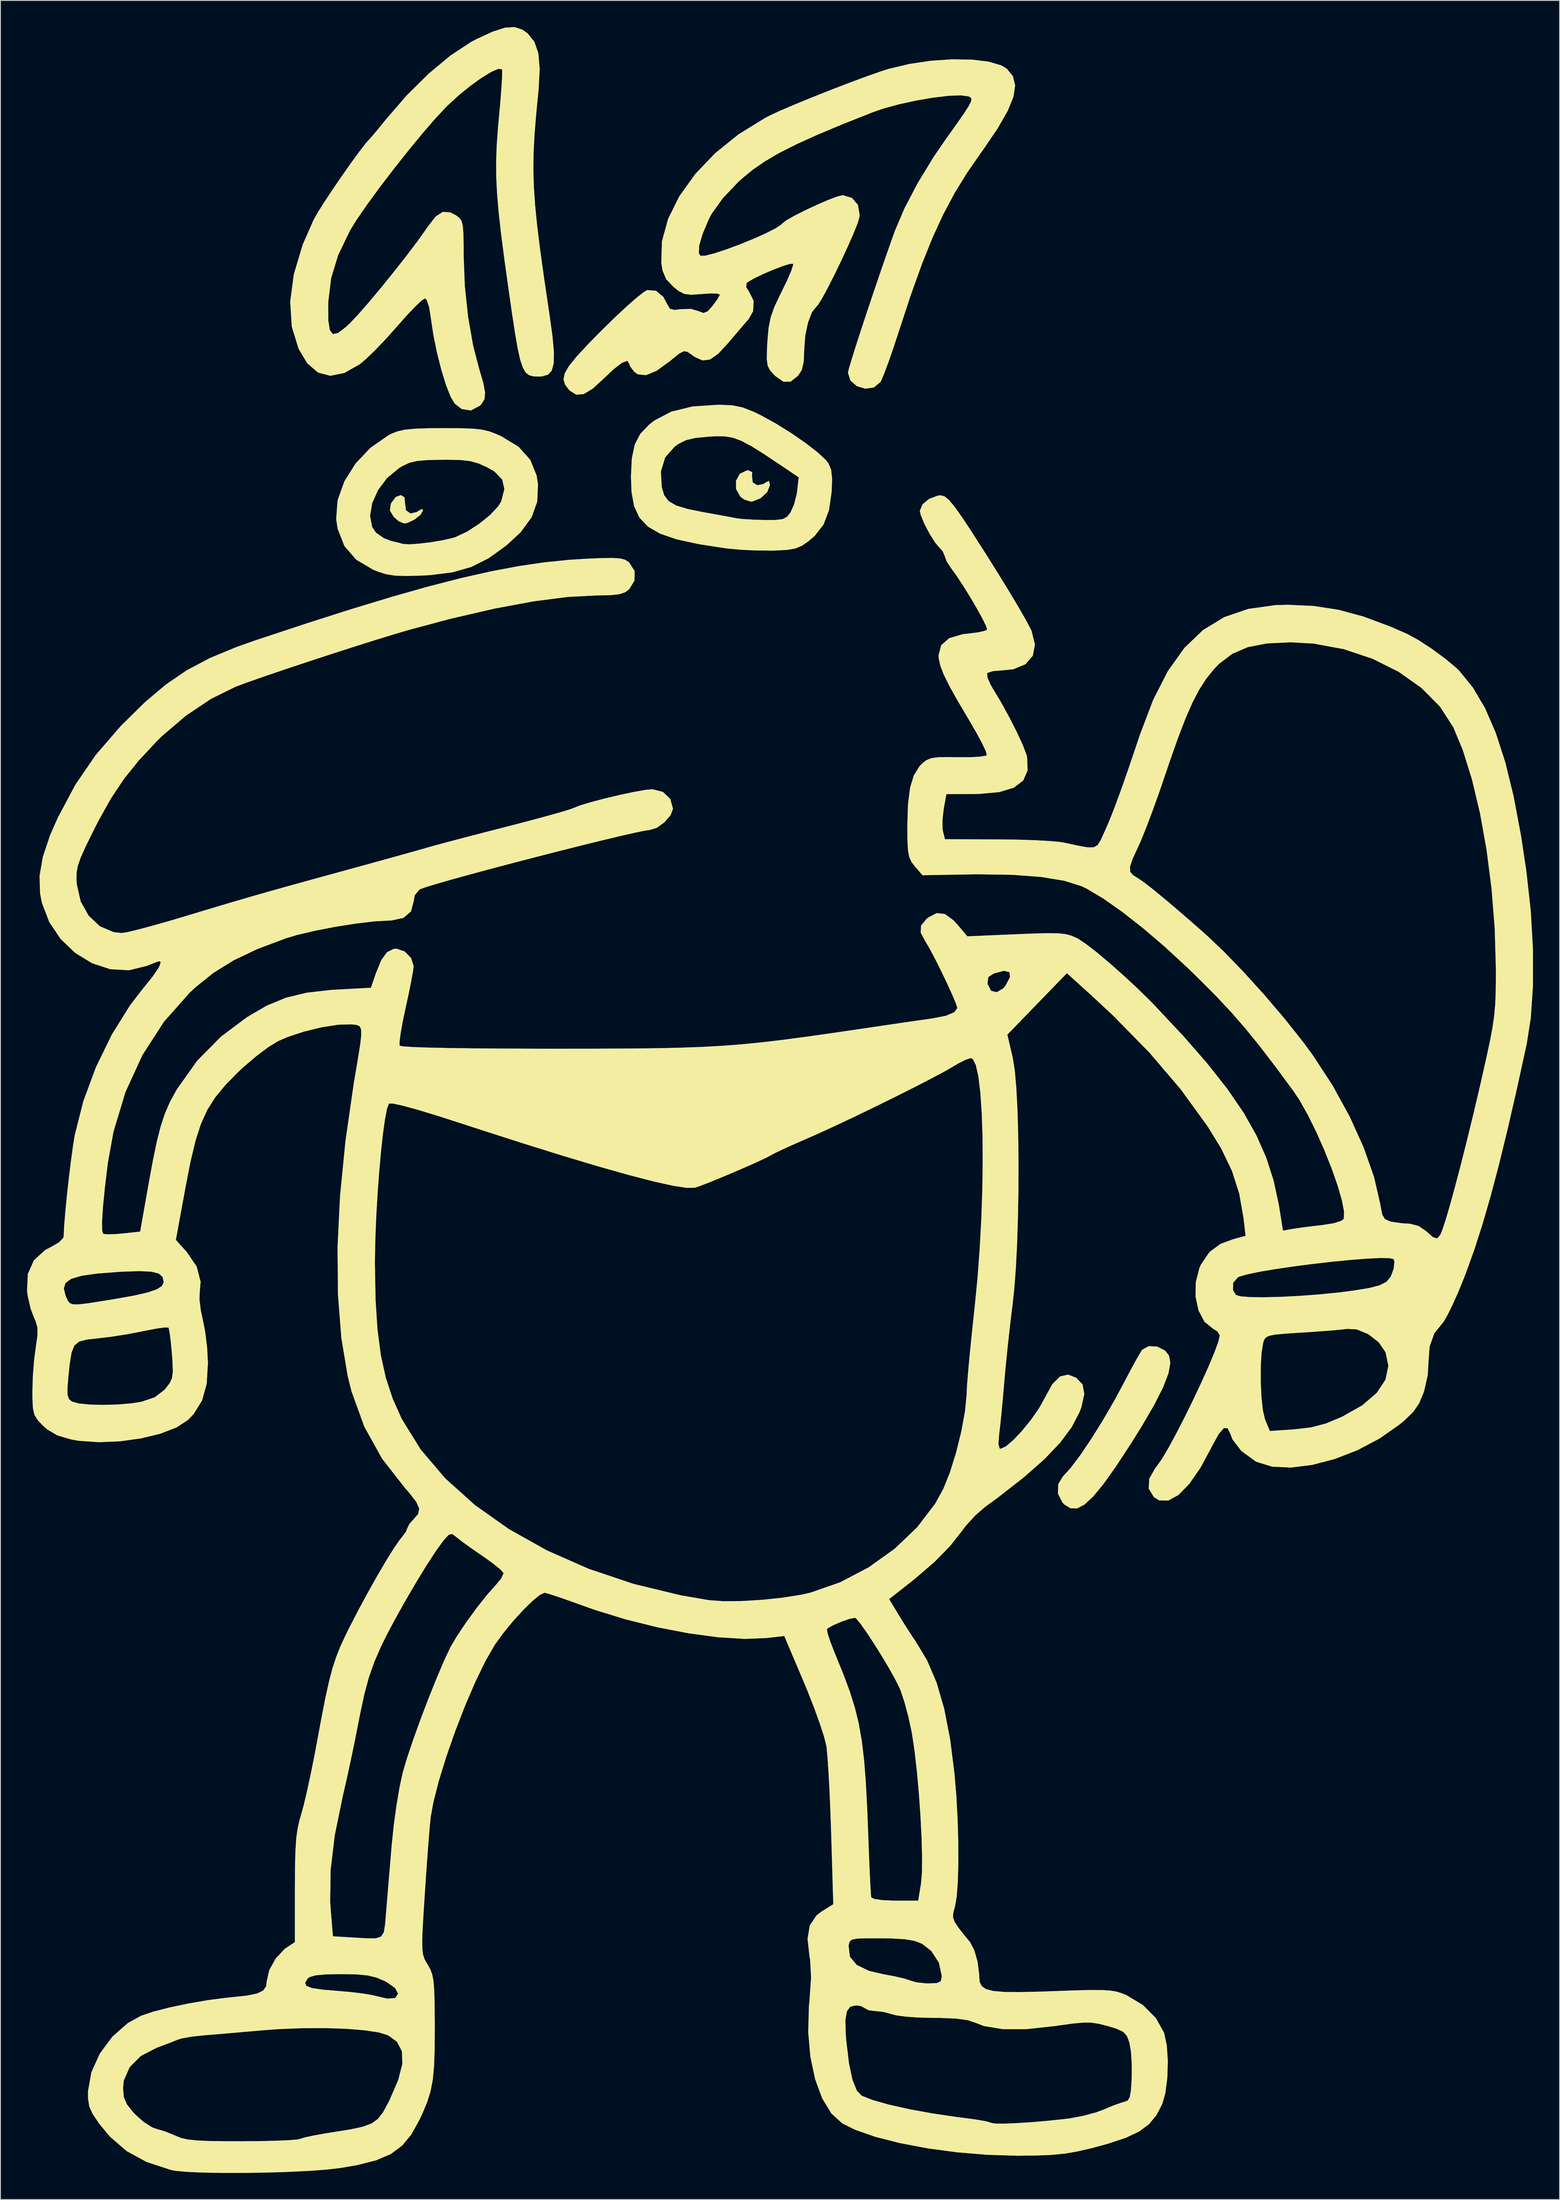
<source format=kicad_pcb>
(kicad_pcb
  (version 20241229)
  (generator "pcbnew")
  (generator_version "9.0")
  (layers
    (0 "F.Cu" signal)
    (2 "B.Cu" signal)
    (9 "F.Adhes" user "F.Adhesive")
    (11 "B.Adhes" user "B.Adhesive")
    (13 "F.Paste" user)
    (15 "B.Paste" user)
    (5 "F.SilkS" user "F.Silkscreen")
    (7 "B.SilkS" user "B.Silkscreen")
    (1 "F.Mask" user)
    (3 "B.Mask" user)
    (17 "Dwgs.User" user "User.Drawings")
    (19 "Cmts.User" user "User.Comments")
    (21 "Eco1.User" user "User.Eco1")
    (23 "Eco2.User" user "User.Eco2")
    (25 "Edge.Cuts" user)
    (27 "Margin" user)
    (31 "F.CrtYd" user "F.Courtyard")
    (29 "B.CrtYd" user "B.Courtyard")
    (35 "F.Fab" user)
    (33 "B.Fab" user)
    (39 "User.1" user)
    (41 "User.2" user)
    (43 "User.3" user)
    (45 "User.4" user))
  (footprint "v8"
    (layer "F.Cu")
    (at 81.749 121.284)
    (property "Reference" "v8" (at 0 0 0) (layer "F.SilkS") (effects (font (size 1.524 1.524) (thickness 0.3))))
    (attr through_hole)
    (fp_poly (pts (xy -39.136 -68.222) (xy -39.071 -67.561) (xy -38.973 -66.761) (xy -38.451 -66.388) (xy -37.718 -66.567) (xy -37.566 -66.679) (xy -37.129 -66.9) (xy -37.042 -66.738) (xy -37.328 -66.242) (xy -38 -65.709) (xy -38.777 -65.333) (xy -39.158 -65.264) (xy -39.78 -65.514) (xy -40.35 -66.015) (xy -40.78 -66.728) (xy -40.678 -67.452) (xy -40.613 -67.603) (xy -40.111 -68.26) (xy -39.55 -68.465) (xy -39.136 -68.222)) (stroke (width 0.01) (type solid)) (fill yes) (layer "F.SilkS"))
    (fp_poly (pts (xy 0.122 -71.06) (xy 0.103 -70.56) (xy 0.189 -69.899) (xy 0.702 -69.581) (xy 1.399 -69.719) (xy 1.592 -69.854) (xy 1.997 -70.078) (xy 2.115 -69.703) (xy 2.117 -69.56) (xy 1.813 -68.794) (xy 1.077 -68.118) (xy 0.17 -67.751) (xy -0.053 -67.733) (xy -0.782 -67.97) (xy -1.21 -68.288) (xy -1.701 -69.154) (xy -1.703 -70.085) (xy -1.283 -70.857) (xy -0.507 -71.248) (xy -0.315 -71.261) (xy 0.122 -71.06)) (stroke (width 0.01) (type solid)) (fill yes) (layer "F.SilkS"))
    (fp_poly (pts (xy 45.838 27.617) (xy 46.715 28.048) (xy 47.177 28.614) (xy 47.33 29.464) (xy 47.114 30.652) (xy 46.51 32.221) (xy 45.499 34.214) (xy 44.064 36.674) (xy 42.857 38.602) (xy 41.177 41.163) (xy 39.774 43.133) (xy 38.604 44.55) (xy 37.623 45.452) (xy 36.788 45.876) (xy 36.055 45.86) (xy 35.38 45.442) (xy 35.156 45.216) (xy 34.65 44.221) (xy 34.675 43.138) (xy 35.19 42.286) (xy 36.068 41.324) (xy 37.175 39.852) (xy 38.43 37.993) (xy 39.753 35.872) (xy 41.063 33.611) (xy 42.148 31.59) (xy 42.88 30.2) (xy 43.528 29.017) (xy 44.003 28.204) (xy 44.172 27.956) (xy 44.897 27.566) (xy 45.838 27.617)) (stroke (width 0.01) (type solid)) (fill yes) (layer "F.SilkS"))
    (fp_poly (pts (xy -32.814 -76.012) (xy -31.415 -75.963) (xy -30.381 -75.851) (xy -29.542 -75.652) (xy -28.729 -75.344) (xy -28.184 -75.096) (xy -26.242 -73.91) (xy -24.93 -72.446) (xy -24.209 -70.654) (xy -24.062 -69.67) (xy -24.148 -67.727) (xy -24.782 -65.962) (xy -26.016 -64.275) (xy -27.644 -62.773) (xy -29.628 -61.344) (xy -31.581 -60.362) (xy -33.717 -59.752) (xy -36.247 -59.437) (xy -37.218 -59.385) (xy -38.952 -59.338) (xy -40.203 -59.38) (xy -41.193 -59.536) (xy -42.14 -59.836) (xy -42.671 -60.049) (xy -44.578 -61.175) (xy -45.915 -62.718) (xy -46.68 -64.673) (xy -46.844 -65.776) (xy -46.818 -66.12) (xy -43.02 -66.12) (xy -42.788 -64.873) (xy -42.342 -64.215) (xy -41.449 -63.599) (xy -40.667 -63.302) (xy -39.824 -63.101) (xy -39.335 -62.964) (xy -38.663 -62.91) (xy -37.532 -62.98) (xy -36.169 -63.144) (xy -34.804 -63.374) (xy -33.665 -63.639) (xy -33.371 -63.731) (xy -32.068 -64.341) (xy -30.698 -65.228) (xy -29.455 -66.237) (xy -28.538 -67.216) (xy -28.214 -67.754) (xy -27.855 -69.132) (xy -28.095 -70.222) (xy -28.975 -71.125) (xy -29.81 -71.609) (xy -30.766 -72.036) (xy -31.678 -72.295) (xy -32.771 -72.424) (xy -34.265 -72.458) (xy -34.939 -72.454) (xy -36.583 -72.418) (xy -37.724 -72.319) (xy -38.565 -72.118) (xy -39.308 -71.774) (xy -39.77 -71.497) (xy -41.105 -70.389) (xy -42.126 -69.025) (xy -42.782 -67.553) (xy -43.02 -66.12) (xy -46.818 -66.12) (xy -46.685 -67.871) (xy -45.929 -69.998) (xy -44.663 -72.021) (xy -42.976 -73.803) (xy -40.956 -75.209) (xy -40.621 -75.384) (xy -39.924 -75.663) (xy -39.065 -75.85) (xy -37.897 -75.962) (xy -36.275 -76.014) (xy -34.749 -76.024) (xy -32.814 -76.012)) (stroke (width 0.01) (type solid)) (fill yes) (layer "F.SilkS"))
    (fp_poly (pts (xy -3.599 -78.663) (xy -2.15 -78.598) (xy -0.955 -78.357) (xy 0.319 -77.854) (xy 1.13 -77.458) (xy 2.809 -76.534) (xy 4.527 -75.465) (xy 6.135 -74.356) (xy 7.486 -73.311) (xy 8.433 -72.434) (xy 8.713 -72.086) (xy 9.03 -71.347) (xy 9.147 -70.298) (xy 9.096 -68.868) (xy 8.794 -66.762) (xy 8.181 -65.15) (xy 7.175 -63.858) (xy 6.466 -63.254) (xy 5.723 -62.746) (xy 4.988 -62.441) (xy 4.039 -62.282) (xy 2.652 -62.213) (xy 2.321 -62.205) (xy 0.568 -62.218) (xy -1.282 -62.308) (xy -2.822 -62.456) (xy -5.919 -62.934) (xy -8.379 -63.469) (xy -10.269 -64.114) (xy -11.659 -64.919) (xy -12.615 -65.935) (xy -13.205 -67.215) (xy -13.499 -68.809) (xy -13.566 -70.556) (xy -13.538 -71.124) (xy -10.186 -71.124) (xy -10.087 -69.369) (xy -9.814 -68.458) (xy -9.312 -67.79) (xy -8.459 -67.293) (xy -7.132 -66.89) (xy -5.468 -66.555) (xy -3.972 -66.285) (xy -2.679 -66.048) (xy -1.792 -65.882) (xy -1.587 -65.842) (xy -0.879 -65.762) (xy 0.274 -65.695) (xy 1.491 -65.658) (xy 2.784 -65.66) (xy 3.571 -65.76) (xy 4.054 -66.015) (xy 4.431 -66.482) (xy 4.445 -66.504) (xy 4.857 -67.429) (xy 5.157 -68.622) (xy 5.2 -68.932) (xy 5.374 -70.473) (xy 3.304 -71.868) (xy 1.438 -73.112) (xy 0.014 -74.002) (xy -1.103 -74.593) (xy -2.049 -74.939) (xy -2.957 -75.092) (xy -3.964 -75.106) (xy -4.766 -75.064) (xy -6.291 -74.918) (xy -7.356 -74.667) (xy -8.208 -74.242) (xy -8.612 -73.954) (xy -9.706 -72.712) (xy -10.186 -71.124) (xy -13.538 -71.124) (xy -13.464 -72.625) (xy -13.133 -74.18) (xy -12.501 -75.391) (xy -11.494 -76.433) (xy -10.906 -76.887) (xy -9.01 -77.882) (xy -6.609 -78.47) (xy -3.662 -78.663) (xy -3.599 -78.663)) (stroke (width 0.01) (type solid)) (fill yes) (layer "F.SilkS"))
    (fp_poly (pts (xy -25.806 -120.979) (xy -25.225 -120.562) (xy -24.47 -119.626) (xy -24.025 -118.331) (xy -23.87 -116.581) (xy -23.989 -114.279) (xy -24.015 -114.013) (xy -24.263 -111.486) (xy -24.444 -109.264) (xy -24.553 -107.238) (xy -24.584 -105.299) (xy -24.533 -103.338) (xy -24.393 -101.244) (xy -24.16 -98.909) (xy -23.827 -96.222) (xy -23.389 -93.075) (xy -22.841 -89.357) (xy -22.751 -88.754) (xy -22.422 -86.367) (xy -22.263 -84.586) (xy -22.288 -83.327) (xy -22.513 -82.508) (xy -22.952 -82.047) (xy -23.62 -81.861) (xy -23.992 -81.844) (xy -24.586 -81.87) (xy -25.063 -81.998) (xy -25.453 -82.305) (xy -25.781 -82.871) (xy -26.076 -83.771) (xy -26.365 -85.083) (xy -26.674 -86.886) (xy -27.032 -89.255) (xy -27.326 -91.298) (xy -27.823 -94.847) (xy -28.21 -97.815) (xy -28.492 -100.318) (xy -28.677 -102.471) (xy -28.772 -104.39) (xy -28.782 -106.189) (xy -28.715 -107.985) (xy -28.577 -109.893) (xy -28.464 -111.125) (xy -28.298 -112.957) (xy -28.178 -114.536) (xy -28.11 -115.732) (xy -28.103 -116.412) (xy -28.121 -116.511) (xy -28.52 -116.569) (xy -29.324 -116.227) (xy -30.418 -115.563) (xy -31.687 -114.652) (xy -33.016 -113.572) (xy -34.291 -112.401) (xy -34.403 -112.291) (xy -35.632 -110.979) (xy -37.108 -109.275) (xy -38.725 -107.31) (xy -40.383 -105.218) (xy -41.975 -103.132) (xy -43.401 -101.183) (xy -44.555 -99.505) (xy -45.29 -98.312) (xy -46.621 -95.549) (xy -47.416 -92.939) (xy -47.739 -90.264) (xy -47.75 -89.889) (xy -47.731 -88.156) (xy -47.567 -87.084) (xy -47.21 -86.633) (xy -46.615 -86.767) (xy -45.735 -87.446) (xy -45.296 -87.858) (xy -44.369 -88.836) (xy -43.142 -90.24) (xy -41.735 -91.923) (xy -40.264 -93.742) (xy -38.845 -95.551) (xy -37.597 -97.204) (xy -36.636 -98.557) (xy -36.51 -98.745) (xy -35.616 -99.898) (xy -34.805 -100.424) (xy -33.961 -100.369) (xy -33.32 -100.034) (xy -32.945 -99.753) (xy -32.697 -99.405) (xy -32.551 -98.851) (xy -32.48 -97.951) (xy -32.456 -96.564) (xy -32.454 -95.506) (xy -32.323 -92.058) (xy -31.953 -88.576) (xy -31.379 -85.307) (xy -30.685 -82.653) (xy -30.224 -81.084) (xy -30.033 -80.011) (xy -30.109 -79.277) (xy -30.45 -78.726) (xy -30.631 -78.548) (xy -31.638 -78.018) (xy -32.673 -78.181) (xy -33.457 -78.786) (xy -33.922 -79.56) (xy -34.438 -80.875) (xy -34.963 -82.574) (xy -35.452 -84.5) (xy -35.862 -86.494) (xy -36.148 -88.401) (xy -36.155 -88.459) (xy -36.364 -89.731) (xy -36.628 -90.494) (xy -36.829 -90.664) (xy -37.213 -90.41) (xy -37.942 -89.719) (xy -38.911 -88.698) (xy -39.998 -87.471) (xy -41.23 -86.091) (xy -42.455 -84.811) (xy -43.519 -83.787) (xy -44.167 -83.245) (xy -45.926 -82.248) (xy -47.506 -81.933) (xy -48.902 -82.299) (xy -50.111 -83.344) (xy -51.079 -84.956) (xy -51.855 -87.469) (xy -52.035 -90.299) (xy -51.623 -93.397) (xy -50.627 -96.714) (xy -49.405 -99.506) (xy -48.93 -100.344) (xy -48.173 -101.544) (xy -47.23 -102.969) (xy -46.196 -104.482) (xy -45.167 -105.945) (xy -44.236 -107.221) (xy -43.5 -108.174) (xy -43.064 -108.656) (xy -42.753 -109.002) (xy -42.134 -109.743) (xy -41.34 -110.724) (xy -41.301 -110.772) (xy -38.892 -113.558) (xy -36.396 -116.027) (xy -33.927 -118.078) (xy -31.599 -119.609) (xy -31.046 -119.901) (xy -29.198 -120.754) (xy -27.794 -121.209) (xy -26.706 -121.279) (xy -25.806 -120.979)) (stroke (width 0.01) (type solid)) (fill yes) (layer "F.SilkS"))
    (fp_poly (pts (xy 24.912 -117.607) (xy 26.805 -117.379) (xy 28.245 -116.956) (xy 28.879 -116.573) (xy 29.555 -115.737) (xy 29.808 -114.706) (xy 29.622 -113.425) (xy 28.979 -111.837) (xy 27.861 -109.886) (xy 26.252 -107.515) (xy 25.929 -107.068) (xy 24.363 -104.805) (xy 22.967 -102.534) (xy 21.69 -100.14) (xy 20.479 -97.51) (xy 19.282 -94.532) (xy 18.047 -91.092) (xy 16.723 -87.078) (xy 16.685 -86.96) (xy 16.087 -85.139) (xy 15.52 -83.506) (xy 15.035 -82.205) (xy 14.686 -81.381) (xy 14.602 -81.227) (xy 13.858 -80.612) (xy 12.895 -80.477) (xy 11.938 -80.76) (xy 11.211 -81.396) (xy 10.936 -82.279) (xy 11.046 -82.755) (xy 11.354 -83.792) (xy 11.823 -85.284) (xy 12.419 -87.123) (xy 13.106 -89.205) (xy 13.851 -91.423) (xy 14.617 -93.671) (xy 15.369 -95.844) (xy 16.073 -97.835) (xy 16.222 -98.249) (xy 17.311 -100.815) (xy 18.804 -103.663) (xy 20.588 -106.592) (xy 21.878 -108.479) (xy 23.12 -110.22) (xy 23.995 -111.475) (xy 24.55 -112.33) (xy 24.83 -112.872) (xy 24.881 -113.187) (xy 24.749 -113.361) (xy 24.534 -113.461) (xy 23.662 -113.579) (xy 22.28 -113.522) (xy 20.55 -113.317) (xy 18.639 -112.99) (xy 16.709 -112.57) (xy 14.926 -112.082) (xy 13.758 -111.68) (xy 10.317 -110.312) (xy 7.461 -109.117) (xy 5.104 -108.05) (xy 3.161 -107.066) (xy 1.545 -106.121) (xy 0.171 -105.17) (xy -1.047 -104.168) (xy -1.48 -103.771) (xy -3.194 -101.966) (xy -4.433 -100.245) (xy -4.76 -99.632) (xy -5.48 -97.932) (xy -5.865 -96.61) (xy -5.896 -95.748) (xy -5.721 -95.474) (xy -5.206 -95.478) (xy -4.206 -95.727) (xy -2.875 -96.161) (xy -1.366 -96.719) (xy 0.17 -97.341) (xy 1.578 -97.966) (xy 2.708 -98.536) (xy 3.406 -98.989) (xy 3.528 -99.12) (xy 3.977 -99.471) (xy 4.902 -99.996) (xy 6.123 -100.613) (xy 7.459 -101.236) (xy 8.73 -101.782) (xy 9.756 -102.167) (xy 10.344 -102.306) (xy 11.388 -102.002) (xy 12.064 -101.201) (xy 12.253 -100.064) (xy 12.213 -99.762) (xy 11.985 -99.034) (xy 11.519 -97.881) (xy 10.886 -96.445) (xy 10.152 -94.866) (xy 9.386 -93.287) (xy 8.656 -91.849) (xy 8.03 -90.693) (xy 7.575 -89.962) (xy 7.418 -89.788) (xy 6.878 -89.12) (xy 6.424 -87.942) (xy 6.111 -86.451) (xy 5.997 -84.866) (xy 5.937 -83.486) (xy 5.721 -82.581) (xy 5.295 -81.929) (xy 5.278 -81.911) (xy 4.453 -81.269) (xy 3.66 -81.258) (xy 2.755 -81.885) (xy 2.586 -82.049) (xy 2.134 -82.55) (xy 1.876 -83.059) (xy 1.775 -83.769) (xy 1.792 -84.875) (xy 1.84 -85.776) (xy 1.971 -87.309) (xy 2.216 -88.544) (xy 2.656 -89.769) (xy 3.375 -91.278) (xy 3.459 -91.444) (xy 4.084 -92.73) (xy 4.535 -93.781) (xy 4.747 -94.44) (xy 4.746 -94.572) (xy 4.381 -94.557) (xy 3.572 -94.308) (xy 2.506 -93.901) (xy 1.37 -93.416) (xy 0.354 -92.929) (xy -0.356 -92.519) (xy -0.503 -92.402) (xy -0.555 -91.923) (xy -0.239 -91.438) (xy 0.283 -90.388) (xy 0.223 -89.214) (xy -0.265 -88.344) (xy -0.796 -87.734) (xy -1.61 -86.783) (xy -2.534 -85.691) (xy -2.585 -85.631) (xy -3.719 -84.411) (xy -4.64 -83.769) (xy -5.477 -83.663) (xy -6.354 -84.051) (xy -6.682 -84.286) (xy -7.181 -84.635) (xy -7.588 -84.708) (xy -8.098 -84.448) (xy -8.908 -83.802) (xy -9.151 -83.598) (xy -10.664 -82.495) (xy -11.869 -81.999) (xy -12.8 -82.099) (xy -13.178 -82.373) (xy -13.637 -82.959) (xy -13.758 -83.281) (xy -13.965 -83.616) (xy -14.565 -83.407) (xy -15.525 -82.672) (xy -16.581 -81.668) (xy -17.881 -80.479) (xy -18.904 -79.866) (xy -19.738 -79.8) (xy -20.47 -80.254) (xy -20.583 -80.373) (xy -21.01 -80.95) (xy -21.177 -81.535) (xy -21.038 -82.209) (xy -20.55 -83.051) (xy -19.668 -84.14) (xy -18.346 -85.558) (xy -16.849 -87.077) (xy -15.382 -88.511) (xy -14.032 -89.769) (xy -12.899 -90.761) (xy -12.082 -91.401) (xy -11.729 -91.6) (xy -10.733 -91.522) (xy -9.899 -90.818) (xy -9.491 -90.045) (xy -9.175 -89.498) (xy -8.649 -89.355) (xy -7.977 -89.445) (xy -6.777 -89.474) (xy -5.969 -89.237) (xy -5.377 -89.015) (xy -4.905 -89.202) (xy -4.346 -89.823) (xy -3.811 -90.555) (xy -3.538 -91.052) (xy -3.53 -91.099) (xy -3.846 -91.207) (xy -4.668 -91.219) (xy -5.556 -91.158) (xy -6.761 -91.075) (xy -7.552 -91.172) (xy -8.215 -91.521) (xy -8.765 -91.961) (xy -9.582 -92.821) (xy -9.997 -93.801) (xy -10.134 -94.637) (xy -10.069 -97.087) (xy -9.374 -99.629) (xy -8.105 -102.185) (xy -6.319 -104.679) (xy -4.07 -107.035) (xy -1.416 -109.177) (xy 1.589 -111.028) (xy 2.074 -111.28) (xy 3.242 -111.824) (xy 4.906 -112.537) (xy 6.896 -113.352) (xy 9.044 -114.204) (xy 11.179 -115.025) (xy 13.133 -115.749) (xy 14.736 -116.309) (xy 15.556 -116.568) (xy 17.89 -117.121) (xy 20.318 -117.478) (xy 22.704 -117.64) (xy 24.912 -117.607)) (stroke (width 0.01) (type solid)) (fill yes) (layer "F.SilkS"))
    (fp_poly (pts (xy 21.847 -68.318) (xy 22.353 -67.9) (xy 23.016 -67.101) (xy 23.905 -65.84) (xy 24.809 -64.47) (xy 26.375 -62.031) (xy 27.846 -59.692) (xy 29.163 -57.548) (xy 30.269 -55.694) (xy 31.108 -54.224) (xy 31.621 -53.234) (xy 31.662 -53.143) (xy 32.046 -51.61) (xy 31.8 -50.336) (xy 30.973 -49.385) (xy 29.611 -48.818) (xy 28.266 -48.683) (xy 27.321 -48.606) (xy 26.715 -48.413) (xy 26.643 -48.344) (xy 26.688 -47.865) (xy 27.047 -47.056) (xy 27.274 -46.668) (xy 28.232 -45.066) (xy 29.175 -43.35) (xy 30.021 -41.684) (xy 30.688 -40.231) (xy 31.094 -39.156) (xy 31.16 -38.894) (xy 31.216 -37.407) (xy 30.727 -36.267) (xy 29.669 -35.456) (xy 28.016 -34.955) (xy 25.743 -34.748) (xy 25.225 -34.74) (xy 22.051 -34.724) (xy 21.747 -33.061) (xy 21.608 -31.863) (xy 21.616 -30.811) (xy 21.664 -30.515) (xy 21.886 -29.633) (xy 27.788 -29.618) (xy 29.892 -29.592) (xy 31.87 -29.532) (xy 33.562 -29.443) (xy 34.807 -29.335) (xy 35.278 -29.262) (xy 36.908 -28.909) (xy 37.991 -28.715) (xy 38.677 -28.721) (xy 39.116 -28.969) (xy 39.455 -29.501) (xy 39.846 -30.36) (xy 39.942 -30.57) (xy 40.49 -31.837) (xy 41.106 -33.402) (xy 41.821 -35.355) (xy 42.669 -37.786) (xy 43.683 -40.784) (xy 43.906 -41.451) (xy 45.392 -45.355) (xy 47.048 -48.598) (xy 48.911 -51.214) (xy 51.018 -53.234) (xy 53.407 -54.691) (xy 56.114 -55.619) (xy 59.178 -56.049) (xy 60.607 -56.089) (xy 63.526 -55.954) (xy 66.309 -55.527) (xy 69.148 -54.759) (xy 72.23 -53.606) (xy 74.083 -52.797) (xy 75.335 -52.114) (xy 76.841 -51.13) (xy 78.346 -50.026) (xy 79.592 -48.987) (xy 79.97 -48.62) (xy 81.499 -46.736) (xy 82.86 -44.429) (xy 84.066 -41.651) (xy 85.136 -38.355) (xy 86.084 -34.492) (xy 86.927 -30.013) (xy 87.535 -25.965) (xy 88.029 -21.479) (xy 88.274 -17.146) (xy 88.273 -13.095) (xy 88.023 -9.456) (xy 87.563 -6.526) (xy 86.433 -1.362) (xy 85.389 3.18) (xy 84.41 7.175) (xy 83.477 10.699) (xy 82.568 13.827) (xy 81.665 16.635) (xy 80.746 19.198) (xy 80.532 19.756) (xy 79.87 21.382) (xy 79.205 22.875) (xy 78.609 24.085) (xy 78.154 24.863) (xy 77.997 25.047) (xy 77.136 26.117) (xy 76.607 27.603) (xy 76.492 29.104) (xy 76.396 30.795) (xy 75.997 32.588) (xy 75.924 32.808) (xy 75.426 34.007) (xy 74.766 34.973) (xy 73.758 35.952) (xy 73.213 36.405) (xy 70.952 37.988) (xy 68.473 39.296) (xy 65.898 40.299) (xy 63.35 40.965) (xy 60.951 41.264) (xy 58.825 41.163) (xy 57.094 40.633) (xy 56.935 40.548) (xy 55.352 39.399) (xy 54.35 38.088) (xy 54.116 37.483) (xy 53.803 36.829) (xy 53.379 36.809) (xy 52.82 37.439) (xy 52.103 38.733) (xy 52.035 38.874) (xy 50.736 41.283) (xy 49.46 43.122) (xy 48.238 44.366) (xy 47.098 44.989) (xy 46.069 44.967) (xy 45.485 44.605) (xy 44.892 43.657) (xy 44.95 42.527) (xy 45.654 41.288) (xy 45.813 41.099) (xy 46.369 40.317) (xy 47.117 39.054) (xy 47.996 37.435) (xy 48.949 35.58) (xy 49.917 33.612) (xy 50.84 31.653) (xy 50.865 31.598) (xy 57.537 31.598) (xy 57.619 33.322) (xy 57.78 34.801) (xy 58.014 35.816) (xy 58.035 35.868) (xy 58.567 37.142) (xy 61.329 36.953) (xy 63.215 36.735) (xy 64.86 36.305) (xy 66.663 35.559) (xy 66.706 35.539) (xy 68.983 34.256) (xy 70.628 32.85) (xy 71.623 31.347) (xy 71.95 29.775) (xy 71.627 28.254) (xy 70.856 27.126) (xy 69.689 26.217) (xy 68.369 25.676) (xy 67.325 25.615) (xy 66.495 25.709) (xy 65.159 25.826) (xy 63.516 25.948) (xy 62.104 26.039) (xy 60.365 26.15) (xy 59.204 26.257) (xy 58.491 26.394) (xy 58.101 26.593) (xy 57.905 26.889) (xy 57.818 27.164) (xy 57.631 28.298) (xy 57.539 29.85) (xy 57.537 31.598) (xy 50.865 31.598) (xy 51.661 29.825) (xy 52.32 28.25) (xy 52.758 27.05) (xy 52.917 26.349) (xy 52.629 25.893) (xy 52.123 25.572) (xy 51.176 24.799) (xy 50.519 23.55) (xy 50.184 22.004) (xy 50.193 21.246) (xy 54.405 21.246) (xy 54.737 21.787) (xy 55.265 21.947) (xy 56.373 22.033) (xy 57.937 22.05) (xy 59.837 22.001) (xy 61.949 21.892) (xy 64.151 21.727) (xy 66.323 21.511) (xy 67.91 21.309) (xy 69.712 21.021) (xy 70.942 20.71) (xy 71.731 20.305) (xy 72.211 19.733) (xy 72.513 18.923) (xy 72.554 18.769) (xy 72.631 18.057) (xy 72.541 17.743) (xy 72.046 17.631) (xy 70.975 17.62) (xy 69.447 17.696) (xy 67.58 17.844) (xy 65.495 18.05) (xy 63.311 18.301) (xy 61.148 18.583) (xy 59.124 18.881) (xy 57.359 19.182) (xy 55.974 19.472) (xy 55.086 19.736) (xy 54.958 19.796) (xy 54.418 20.421) (xy 54.405 21.246) (xy 50.193 21.246) (xy 50.205 20.343) (xy 50.615 18.747) (xy 50.795 18.354) (xy 51.739 16.957) (xy 52.986 16.031) (xy 54.462 15.488) (xy 55.83 15.118) (xy 55.596 13.115) (xy 55.113 10.359) (xy 54.293 7.799) (xy 53.055 5.226) (xy 51.535 2.754) (xy 48.494 -1.429) (xy 44.961 -5.567) (xy 40.861 -9.746) (xy 38.375 -12.058) (xy 35.652 -14.519) (xy 32.291 -11.052) (xy 28.93 -7.585) (xy 29.546 -4.939) (xy 29.766 -3.566) (xy 29.94 -1.605) (xy 30.069 0.826) (xy 30.152 3.611) (xy 30.19 6.634) (xy 30.183 9.776) (xy 30.13 12.923) (xy 30.032 15.956) (xy 29.89 18.76) (xy 29.702 21.217) (xy 29.532 22.754) (xy 29.255 25.019) (xy 28.974 27.551) (xy 28.727 29.997) (xy 28.586 31.574) (xy 28.426 33.419) (xy 28.26 35.18) (xy 28.108 36.641) (xy 28.006 37.483) (xy 27.922 38.624) (xy 28.069 39.133) (xy 28.151 39.158) (xy 28.761 38.882) (xy 29.623 38.147) (xy 30.614 37.092) (xy 31.614 35.858) (xy 32.501 34.584) (xy 33.154 33.41) (xy 33.167 33.382) (xy 34.014 31.846) (xy 34.875 30.988) (xy 35.793 30.781) (xy 36.698 31.127) (xy 37.422 31.882) (xy 37.618 32.968) (xy 37.29 34.449) (xy 37.075 35.017) (xy 36.198 36.704) (xy 34.89 38.46) (xy 33.102 40.333) (xy 30.787 42.372) (xy 27.895 44.625) (xy 26.444 45.685) (xy 25.325 46.651) (xy 24.241 47.839) (xy 23.897 48.297) (xy 22.49 50.094) (xy 20.725 51.895) (xy 18.475 53.83) (xy 17.874 54.308) (xy 15.583 56.108) (xy 16.699 57.955) (xy 17.448 59.162) (xy 18.181 60.295) (xy 18.564 60.857) (xy 19.875 63.03) (xy 20.947 65.547) (xy 21.805 68.497) (xy 22.476 71.967) (xy 22.964 75.847) (xy 23.171 78.314) (xy 23.312 80.895) (xy 23.387 83.454) (xy 23.396 85.856) (xy 23.339 87.967) (xy 23.215 89.652) (xy 23.023 90.774) (xy 23.014 90.806) (xy 22.829 91.476) (xy 22.791 91.996) (xy 22.969 92.523) (xy 23.427 93.214) (xy 24.234 94.224) (xy 24.729 94.826) (xy 25.2 95.729) (xy 25.566 97.028) (xy 25.746 98.415) (xy 25.753 98.696) (xy 25.811 99.315) (xy 26.038 99.783) (xy 26.517 100.115) (xy 27.327 100.327) (xy 28.549 100.436) (xy 30.265 100.457) (xy 32.556 100.405) (xy 34.241 100.345) (xy 36.571 100.262) (xy 38.317 100.219) (xy 39.598 100.223) (xy 40.535 100.28) (xy 41.247 100.398) (xy 41.855 100.584) (xy 42.405 100.812) (xy 44.247 101.925) (xy 45.714 103.407) (xy 46.635 105.076) (xy 46.931 106.473) (xy 47.047 108.257) (xy 46.988 110.152) (xy 46.762 111.881) (xy 46.428 113.052) (xy 45.77 114.329) (xy 44.933 115.35) (xy 43.807 116.185) (xy 42.278 116.905) (xy 40.236 117.581) (xy 38.49 118.052) (xy 36.893 118.426) (xy 35.433 118.677) (xy 33.892 118.827) (xy 32.051 118.899) (xy 30.047 118.916) (xy 26.654 118.815) (xy 23.23 118.529) (xy 19.901 118.08) (xy 16.794 117.491) (xy 14.033 116.787) (xy 11.747 115.989) (xy 10.305 115.277) (xy 9.062 114.149) (xy 8.027 112.445) (xy 7.227 110.274) (xy 6.692 107.744) (xy 6.45 104.962) (xy 6.487 103.605) (xy 10.647 103.605) (xy 10.681 105.141) (xy 10.745 105.95) (xy 11.049 108.497) (xy 11.446 110.367) (xy 11.944 111.585) (xy 12.495 112.151) (xy 13.747 112.643) (xy 15.572 113.157) (xy 17.839 113.664) (xy 20.419 114.136) (xy 23.18 114.546) (xy 24.132 114.665) (xy 25.465 114.847) (xy 26.51 115.032) (xy 27.083 115.187) (xy 27.13 115.217) (xy 27.566 115.292) (xy 28.56 115.298) (xy 29.97 115.242) (xy 31.653 115.134) (xy 33.467 114.98) (xy 35.269 114.79) (xy 35.983 114.702) (xy 37.499 114.421) (xy 39.004 114.008) (xy 39.864 113.684) (xy 40.951 113.229) (xy 41.873 112.906) (xy 42.157 112.834) (xy 42.525 112.685) (xy 42.752 112.303) (xy 42.885 111.535) (xy 42.967 110.229) (xy 42.974 110.063) (xy 42.978 108.562) (xy 42.884 107.157) (xy 42.711 106.151) (xy 42.709 106.144) (xy 42.435 105.412) (xy 42.024 104.945) (xy 41.281 104.596) (xy 40.263 104.287) (xy 39.286 104.036) (xy 38.441 103.904) (xy 37.531 103.892) (xy 36.357 103.999) (xy 34.723 104.224) (xy 34.354 104.279) (xy 31.083 104.633) (xy 28.391 104.635) (xy 26.29 104.284) (xy 25.364 103.928) (xy 24.47 103.626) (xy 23.173 103.445) (xy 21.345 103.369) (xy 20.606 103.364) (xy 18.964 103.326) (xy 17.489 103.225) (xy 16.387 103.078) (xy 15.986 102.972) (xy 14.902 102.682) (xy 14.029 102.596) (xy 13.248 102.498) (xy 12.862 102.282) (xy 12.387 102.025) (xy 11.821 101.953) (xy 11.192 102.105) (xy 10.809 102.625) (xy 10.647 103.605) (xy 6.487 103.605) (xy 6.53 102.036) (xy 6.596 101.363) (xy 6.775 98.784) (xy 6.663 96.804) (xy 6.598 96.434) (xy 6.466 95.269) (xy 11.008 95.269) (xy 11.155 96.46) (xy 11.918 97.386) (xy 13.317 98.062) (xy 14.905 98.433) (xy 16.236 98.682) (xy 17.332 98.938) (xy 17.97 99.148) (xy 17.992 99.16) (xy 18.665 99.353) (xy 19.694 99.464) (xy 20.02 99.473) (xy 20.964 99.439) (xy 21.398 99.243) (xy 21.516 98.77) (xy 21.519 98.584) (xy 21.198 97.126) (xy 20.341 95.813) (xy 19.309 95.004) (xy 18.492 94.686) (xy 17.377 94.491) (xy 15.807 94.397) (xy 14.64 94.381) (xy 13.039 94.38) (xy 12.01 94.415) (xy 11.422 94.518) (xy 11.141 94.721) (xy 11.035 95.056) (xy 11.008 95.269) (xy 6.466 95.269) (xy 6.373 94.451) (xy 6.629 92.93) (xy 7.385 91.799) (xy 8.003 91.329) (xy 9.279 90.54) (xy 9.041 82.552) (xy 8.957 80.117) (xy 8.857 77.803) (xy 8.747 75.742) (xy 8.635 74.068) (xy 8.528 72.916) (xy 8.49 72.642) (xy 8.241 71.641) (xy 7.762 70.162) (xy 7.113 68.372) (xy 6.353 66.437) (xy 5.961 65.496) (xy 3.744 60.272) (xy 1.784 60.497) (xy -0.712 60.6) (xy -3.696 60.417) (xy -7.025 59.973) (xy -9.399 59.516) (xy 8.56 59.516) (xy 8.638 59.973) (xy 8.94 60.897) (xy 9.408 62.113) (xy 9.553 62.464) (xy 10.435 64.624) (xy 11.149 66.551) (xy 11.717 68.365) (xy 12.161 70.184) (xy 12.501 72.127) (xy 12.759 74.313) (xy 12.957 76.861) (xy 13.114 79.891) (xy 13.238 83.079) (xy 13.316 85.138) (xy 13.393 86.958) (xy 13.465 88.42) (xy 13.526 89.404) (xy 13.565 89.782) (xy 13.942 89.953) (xy 14.84 90.078) (xy 16.077 90.134) (xy 16.266 90.135) (xy 18.864 90.135) (xy 19.185 88.194) (xy 19.286 86.988) (xy 19.304 85.23) (xy 19.248 83.07) (xy 19.128 80.655) (xy 18.952 78.133) (xy 18.73 75.653) (xy 18.471 73.364) (xy 18.184 71.413) (xy 18.125 71.085) (xy 17.763 69.404) (xy 17.319 67.752) (xy 16.875 66.422) (xy 16.762 66.146) (xy 16.273 65.163) (xy 15.574 63.913) (xy 14.748 62.528) (xy 13.882 61.143) (xy 13.058 59.891) (xy 12.363 58.905) (xy 11.88 58.318) (xy 11.728 58.214) (xy 11.088 58.347) (xy 10.194 58.658) (xy 9.307 59.039) (xy 8.69 59.382) (xy 8.56 59.516) (xy -9.399 59.516) (xy -10.552 59.294) (xy -14.135 58.405) (xy -17.627 57.331) (xy -18.808 56.914) (xy -20.42 56.333) (xy -21.799 55.853) (xy -22.808 55.522) (xy -23.306 55.387) (xy -23.321 55.386) (xy -23.872 55.649) (xy -24.728 56.357) (xy -25.775 57.389) (xy -26.897 58.623) (xy -27.978 59.94) (xy -28.903 61.217) (xy -28.947 61.285) (xy -29.996 63.101) (xy -31.128 65.432) (xy -32.28 68.112) (xy -33.392 70.976) (xy -34.402 73.857) (xy -35.248 76.591) (xy -35.868 79.011) (xy -36.172 80.693) (xy -36.262 81.577) (xy -36.385 83.02) (xy -36.528 84.878) (xy -36.682 87.009) (xy -36.833 89.253) (xy -36.985 91.615) (xy -37.086 93.382) (xy -37.132 94.663) (xy -37.119 95.565) (xy -37.042 96.197) (xy -36.897 96.668) (xy -36.68 97.086) (xy -36.507 97.367) (xy -36.214 97.887) (xy -36.005 98.447) (xy -35.865 99.173) (xy -35.78 100.192) (xy -35.736 101.63) (xy -35.717 103.614) (xy -35.714 104.246) (xy -35.724 106.774) (xy -35.79 108.749) (xy -35.938 110.325) (xy -36.192 111.653) (xy -36.577 112.887) (xy -37.118 114.178) (xy -37.439 114.86) (xy -38.359 116.515) (xy -39.398 117.779) (xy -40.681 118.726) (xy -42.331 119.433) (xy -44.472 119.975) (xy -46.39 120.306) (xy -47.929 120.483) (xy -49.911 120.628) (xy -52.203 120.74) (xy -54.671 120.817) (xy -57.181 120.857) (xy -59.6 120.859) (xy -61.795 120.822) (xy -63.632 120.743) (xy -64.977 120.621) (xy -65.487 120.529) (xy -68.256 119.616) (xy -70.507 118.392) (xy -72.396 116.757) (xy -73.577 115.327) (xy -74.333 114.22) (xy -74.726 113.344) (xy -74.862 112.402) (xy -74.862 111.628) (xy -74.798 111.27) (xy -70.908 111.27) (xy -70.823 112.294) (xy -70.477 113.12) (xy -69.736 114.044) (xy -69.559 114.234) (xy -68.608 115.086) (xy -67.649 115.702) (xy -67.178 115.878) (xy -66.143 116.185) (xy -65.008 116.648) (xy -64.911 116.695) (xy -64.335 116.922) (xy -63.601 117.085) (xy -62.593 117.194) (xy -61.197 117.258) (xy -59.296 117.286) (xy -57.503 117.288) (xy -55.467 117.271) (xy -53.666 117.228) (xy -52.222 117.166) (xy -51.259 117.09) (xy -50.914 117.019) (xy -50.4 116.856) (xy -49.366 116.633) (xy -47.991 116.387) (xy -47.21 116.263) (xy -45.239 115.949) (xy -43.827 115.645) (xy -42.835 115.274) (xy -42.123 114.755) (xy -41.55 114.008) (xy -40.978 112.955) (xy -40.816 112.631) (xy -39.839 110.373) (xy -39.373 108.557) (xy -39.42 107.135) (xy -39.979 106.063) (xy -40.976 105.33) (xy -42.024 105.008) (xy -43.648 104.761) (xy -45.719 104.596) (xy -48.112 104.516) (xy -50.699 104.526) (xy -53.353 104.633) (xy -55.21 104.769) (xy -57.169 104.942) (xy -59.092 105.108) (xy -60.754 105.249) (xy -61.913 105.344) (xy -63.181 105.485) (xy -64.247 105.676) (xy -64.735 105.821) (xy -65.481 106.123) (xy -66.567 106.535) (xy -67.124 106.739) (xy -68.902 107.661) (xy -70.157 108.918) (xy -70.82 110.428) (xy -70.908 111.27) (xy -74.798 111.27) (xy -74.481 109.496) (xy -73.526 107.394) (xy -72.116 105.49) (xy -70.369 103.952) (xy -68.874 103.126) (xy -67.517 102.668) (xy -65.665 102.192) (xy -63.527 101.742) (xy -61.312 101.361) (xy -59.229 101.09) (xy -58.737 101.043) (xy -56.963 100.854) (xy -55.782 100.616) (xy -55.082 100.278) (xy -54.752 99.789) (xy -54.705 99.409) (xy -50.353 99.409) (xy -50.212 99.751) (xy -49.583 99.996) (xy -48.389 100.177) (xy -46.844 100.307) (xy -45.26 100.443) (xy -43.829 100.614) (xy -42.779 100.792) (xy -42.51 100.86) (xy -41.056 101.193) (xy -40.175 101.119) (xy -39.864 100.636) (xy -39.864 100.604) (xy -40.195 99.998) (xy -41.13 99.335) (xy -41.402 99.193) (xy -42.318 98.806) (xy -43.31 98.571) (xy -44.588 98.455) (xy -46.298 98.425) (xy -48.033 98.457) (xy -49.179 98.563) (xy -49.849 98.759) (xy -50.082 98.939) (xy -50.353 99.409) (xy -54.705 99.409) (xy -54.679 99.206) (xy -54.401 97.978) (xy -53.682 96.687) (xy -52.697 95.619) (xy -52.404 95.405) (xy -51.506 94.816) (xy -51.506 90.261) (xy -47.521 90.261) (xy -47.464 91.13) (xy -47.212 94.16) (xy -45.037 94.29) (xy -43.422 94.388) (xy -42.377 94.386) (xy -41.769 94.186) (xy -41.461 93.691) (xy -41.319 92.804) (xy -41.217 91.546) (xy -41.096 90.09) (xy -40.936 88.173) (xy -40.757 86.037) (xy -40.579 83.924) (xy -40.567 83.786) (xy -40.342 81.633) (xy -40.036 79.395) (xy -39.687 77.333) (xy -39.335 75.708) (xy -39.326 75.672) (xy -38.843 74.039) (xy -38.142 71.955) (xy -37.294 69.61) (xy -36.372 67.194) (xy -35.449 64.898) (xy -34.598 62.914) (xy -33.957 61.56) (xy -33.222 60.306) (xy -32.181 58.753) (xy -30.996 57.127) (xy -29.832 55.652) (xy -28.854 54.555) (xy -28.85 54.55) (xy -28.241 53.822) (xy -27.963 53.247) (xy -27.967 53.139) (xy -28.304 52.763) (xy -29.081 52.131) (xy -30.141 51.366) (xy -30.364 51.215) (xy -31.551 50.398) (xy -32.577 49.657) (xy -33.24 49.14) (xy -33.284 49.101) (xy -33.743 48.761) (xy -34.119 48.834) (xy -34.638 49.39) (xy -34.781 49.567) (xy -35.606 50.709) (xy -36.655 52.322) (xy -37.834 54.247) (xy -39.049 56.325) (xy -40.208 58.396) (xy -41.215 60.303) (xy -41.773 61.438) (xy -42.539 63.195) (xy -43.148 64.921) (xy -43.669 66.847) (xy -44.171 69.206) (xy -44.261 69.674) (xy -44.697 71.883) (xy -45.187 74.249) (xy -45.673 76.488) (xy -46.093 78.316) (xy -46.094 78.317) (xy -47.003 82.745) (xy -47.476 86.701) (xy -47.521 90.261) (xy -51.506 90.261) (xy -51.506 88.729) (xy -51.493 86.348) (xy -51.446 84.532) (xy -51.355 83.139) (xy -51.206 82.03) (xy -50.988 81.064) (xy -50.811 80.467) (xy -50.511 79.375) (xy -50.13 77.76) (xy -49.706 75.794) (xy -49.276 73.649) (xy -49.015 72.257) (xy -48.491 69.435) (xy -48.048 67.186) (xy -47.649 65.388) (xy -47.261 63.917) (xy -46.849 62.652) (xy -46.378 61.468) (xy -45.813 60.243) (xy -45.375 59.359) (xy -44.342 57.359) (xy -43.245 55.331) (xy -42.155 53.396) (xy -41.144 51.678) (xy -40.283 50.299) (xy -39.644 49.383) (xy -39.482 49.19) (xy -38.984 48.535) (xy -38.806 48.098) (xy -38.567 47.611) (xy -38.1 47.096) (xy -37.583 46.498) (xy -37.47 45.891) (xy -37.798 45.14) (xy -38.603 44.108) (xy -39.036 43.62) (xy -41.665 40.257) (xy -43.671 36.644) (xy -45.109 32.674) (xy -45.547 30.921) (xy -46.26 26.627) (xy -46.641 21.77) (xy -46.671 18.344) (xy -42.472 18.344) (xy -42.401 22.293) (xy -42.186 25.663) (xy -41.806 28.572) (xy -41.242 31.136) (xy -40.473 33.473) (xy -39.479 35.698) (xy -39.436 35.782) (xy -37.301 39.234) (xy -34.539 42.477) (xy -31.205 45.477) (xy -27.355 48.202) (xy -23.045 50.618) (xy -18.331 52.693) (xy -13.269 54.394) (xy -7.914 55.688) (xy -4.763 56.229) (xy -3.141 56.348) (xy -1.062 56.33) (xy 1.246 56.191) (xy 3.553 55.949) (xy 5.628 55.621) (xy 6.703 55.38) (xy 10.069 54.205) (xy 13.277 52.523) (xy 16.208 50.427) (xy 18.744 48.008) (xy 20.769 45.358) (xy 21.694 43.685) (xy 22.444 41.822) (xy 23.142 39.583) (xy 23.729 37.212) (xy 24.146 34.954) (xy 24.334 33.053) (xy 24.339 32.808) (xy 24.38 31.994) (xy 24.491 30.605) (xy 24.659 28.77) (xy 24.873 26.614) (xy 25.121 24.265) (xy 25.226 23.304) (xy 25.553 19.98) (xy 25.808 16.59) (xy 25.991 13.208) (xy 26.105 9.908) (xy 26.15 6.76) (xy 26.128 3.839) (xy 26.038 1.216) (xy 25.883 -1.035) (xy 25.664 -2.841) (xy 25.38 -4.131) (xy 25.035 -4.831) (xy 24.815 -4.939) (xy 24.236 -4.761) (xy 23.353 -4.313) (xy 22.973 -4.084) (xy 21.972 -3.504) (xy 20.456 -2.692) (xy 18.55 -1.709) (xy 16.382 -0.619) (xy 14.076 0.517) (xy 11.76 1.637) (xy 9.558 2.677) (xy 7.598 3.575) (xy 6.526 4.048) (xy 4.983 4.724) (xy 3.668 5.317) (xy 2.723 5.762) (xy 2.293 5.992) (xy 1.786 6.269) (xy 0.787 6.738) (xy -0.542 7.331) (xy -2.037 7.977) (xy -3.537 8.606) (xy -4.877 9.151) (xy -5.895 9.54) (xy -6.355 9.689) (xy -7.248 9.704) (xy -8.787 9.471) (xy -10.959 8.992) (xy -13.753 8.271) (xy -17.156 7.311) (xy -21.154 6.115) (xy -25.735 4.688) (xy -30.888 3.033) (xy -32.896 2.377) (xy -35.513 1.537) (xy -37.669 0.884) (xy -39.314 0.433) (xy -40.399 0.196) (xy -40.874 0.187) (xy -40.882 0.194) (xy -41.098 0.749) (xy -41.326 1.902) (xy -41.556 3.545) (xy -41.78 5.569) (xy -41.988 7.866) (xy -42.17 10.329) (xy -42.317 12.849) (xy -42.42 15.319) (xy -42.469 17.631) (xy -42.472 18.344) (xy -46.671 18.344) (xy -46.689 16.411) (xy -46.406 10.608) (xy -45.795 4.42) (xy -44.856 -2.095) (xy -44.734 -2.822) (xy -44.371 -4.955) (xy -44.128 -6.491) (xy -44.011 -7.531) (xy -44.029 -8.175) (xy -44.188 -8.523) (xy -44.497 -8.675) (xy -44.963 -8.732) (xy -45.182 -8.749) (xy -46.641 -8.705) (xy -48.483 -8.415) (xy -50.455 -7.937) (xy -52.305 -7.33) (xy -53.44 -6.835) (xy -54.524 -6.163) (xy -55.877 -5.145) (xy -57.284 -3.95) (xy -57.991 -3.29) (xy -59.395 -1.852) (xy -60.511 -0.495) (xy -61.4 0.912) (xy -62.12 2.5) (xy -62.73 4.399) (xy -63.29 6.739) (xy -63.857 9.64) (xy -64.944 15.576) (xy -63.73 16.921) (xy -62.591 18.59) (xy -62.152 20.297) (xy -62.25 21.452) (xy -62.279 22.33) (xy -62.124 23.568) (xy -61.911 24.539) (xy -61.627 25.976) (xy -61.416 27.74) (xy -61.323 29.451) (xy -61.323 29.47) (xy -61.466 31.821) (xy -61.984 33.689) (xy -62.929 35.216) (xy -63.571 35.89) (xy -64.867 36.737) (xy -66.69 37.441) (xy -68.873 37.972) (xy -71.246 38.302) (xy -73.642 38.403) (xy -75.891 38.246) (xy -76.717 38.104) (xy -78.305 37.643) (xy -79.482 36.955) (xy -79.98 36.507) (xy -80.566 35.88) (xy -80.912 35.311) (xy -81.08 34.587) (xy -81.135 33.494) (xy -81.139 32.608) (xy -81.128 32.258) (xy -77.183 32.258) (xy -77.173 33.07) (xy -77.017 33.529) (xy -76.692 33.809) (xy -76.673 33.82) (xy -75.916 34.033) (xy -74.658 34.158) (xy -73.096 34.196) (xy -71.428 34.147) (xy -69.854 34.009) (xy -68.817 33.839) (xy -67.33 33.341) (xy -66.254 32.513) (xy -66.108 32.346) (xy -65.642 31.744) (xy -65.38 31.183) (xy -65.286 30.457) (xy -65.321 29.357) (xy -65.387 28.442) (xy -65.509 27.11) (xy -65.641 26.073) (xy -65.758 25.513) (xy -65.782 25.469) (xy -66.188 25.454) (xy -67.099 25.577) (xy -68.336 25.812) (xy -68.61 25.871) (xy -70.366 26.21) (xy -72.293 26.511) (xy -73.758 26.685) (xy -75.02 26.825) (xy -75.867 27.049) (xy -76.399 27.487) (xy -76.717 28.268) (xy -76.923 29.521) (xy -77.071 30.921) (xy -77.183 32.258) (xy -81.128 32.258) (xy -81.084 30.889) (xy -80.942 29.082) (xy -80.757 27.673) (xy -80.567 26.356) (xy -80.571 25.458) (xy -80.785 24.714) (xy -80.963 24.341) (xy -81.348 23.303) (xy -81.655 21.97) (xy -81.744 21.332) (xy -81.732 21.059) (xy -77.595 21.059) (xy -77.398 21.872) (xy -77.312 22.071) (xy -77.128 22.461) (xy -76.914 22.719) (xy -76.555 22.849) (xy -75.935 22.855) (xy -74.938 22.74) (xy -73.447 22.51) (xy -71.924 22.261) (xy -69.709 21.869) (xy -68.12 21.508) (xy -67.078 21.15) (xy -66.505 20.768) (xy -66.322 20.335) (xy -66.322 20.316) (xy -66.446 19.751) (xy -66.877 19.373) (xy -67.71 19.162) (xy -69.035 19.098) (xy -70.946 19.161) (xy -71.465 19.191) (xy -73.849 19.375) (xy -75.591 19.623) (xy -76.754 19.966) (xy -77.401 20.434) (xy -77.595 21.059) (xy -81.732 21.059) (xy -81.656 19.422) (xy -80.97 17.876) (xy -79.696 16.715) (xy -79.004 16.354) (xy -78.148 15.859) (xy -77.656 15.349) (xy -77.61 15.19) (xy -77.561 14.104) (xy -77.433 12.511) (xy -77.246 10.601) (xy -77.021 8.566) (xy -76.779 6.594) (xy -76.542 4.878) (xy -76.348 3.704) (xy -75.385 -0.088) (xy -73.961 -3.924) (xy -72.171 -7.597) (xy -70.11 -10.903) (xy -68.794 -12.611) (xy -67.564 -14.139) (xy -66.848 -15.189) (xy -66.647 -15.761) (xy -66.808 -15.875) (xy -67.188 -15.752) (xy -67.964 -15.447) (xy -68.208 -15.346) (xy -70.256 -14.848) (xy -72.355 -14.971) (xy -74.403 -15.645) (xy -76.301 -16.802) (xy -77.947 -18.373) (xy -79.239 -20.29) (xy -80.076 -22.485) (xy -80.277 -23.538) (xy -80.331 -25.506) (xy -79.962 -27.648) (xy -79.144 -30.084) (xy -78.272 -32.065) (xy -76.274 -35.808) (xy -73.993 -39.137) (xy -71.234 -42.33) (xy -70.973 -42.602) (xy -68.445 -45.087) (xy -66.082 -47.083) (xy -63.695 -48.709) (xy -61.096 -50.083) (xy -58.097 -51.325) (xy -55.979 -52.072) (xy -50.286 -53.957) (xy -45.181 -55.586) (xy -40.6 -56.976) (xy -36.479 -58.142) (xy -32.755 -59.099) (xy -29.363 -59.864) (xy -26.24 -60.453) (xy -23.323 -60.88) (xy -20.547 -61.162) (xy -18.784 -61.276) (xy -16.937 -61.357) (xy -15.658 -61.376) (xy -14.811 -61.322) (xy -14.26 -61.184) (xy -13.87 -60.95) (xy -13.757 -60.853) (xy -13.151 -59.892) (xy -13.171 -58.807) (xy -13.758 -57.856) (xy -14.234 -57.494) (xy -14.885 -57.279) (xy -15.89 -57.175) (xy -17.374 -57.148) (xy -20.675 -56.979) (xy -24.553 -56.48) (xy -28.966 -55.66) (xy -33.87 -54.527) (xy -38.56 -53.276) (xy -40.232 -52.786) (xy -42.346 -52.137) (xy -44.766 -51.373) (xy -47.354 -50.54) (xy -49.975 -49.683) (xy -52.49 -48.846) (xy -54.764 -48.074) (xy -56.66 -47.412) (xy -58.04 -46.904) (xy -58.208 -46.839) (xy -60.976 -45.475) (xy -63.798 -43.586) (xy -66.477 -41.306) (xy -67.107 -40.686) (xy -69.128 -38.522) (xy -70.79 -36.46) (xy -72.251 -34.273) (xy -73.673 -31.734) (xy -74.328 -30.445) (xy -75.153 -28.757) (xy -75.701 -27.534) (xy -76.019 -26.617) (xy -76.157 -25.846) (xy -76.165 -25.06) (xy -76.13 -24.559) (xy -75.693 -22.62) (xy -74.789 -21.002) (xy -73.516 -19.809) (xy -71.971 -19.148) (xy -71.059 -19.05) (xy -70.439 -19.149) (xy -69.276 -19.425) (xy -67.7 -19.843) (xy -65.842 -20.368) (xy -64.28 -20.83) (xy -61.805 -21.577) (xy -59.719 -22.202) (xy -57.878 -22.746) (xy -56.139 -23.252) (xy -54.359 -23.759) (xy -52.394 -24.31) (xy -50.101 -24.944) (xy -47.336 -25.704) (xy -45.861 -26.108) (xy -43.501 -26.756) (xy -41.279 -27.369) (xy -39.315 -27.914) (xy -37.73 -28.357) (xy -36.646 -28.665) (xy -36.336 -28.755) (xy -35.507 -28.987) (xy -34.127 -29.357) (xy -32.33 -29.83) (xy -30.25 -30.371) (xy -28.018 -30.945) (xy -27.693 -31.028) (xy -25.532 -31.587) (xy -23.58 -32.109) (xy -21.95 -32.561) (xy -20.754 -32.912) (xy -20.104 -33.131) (xy -20.045 -33.158) (xy -19.304 -33.452) (xy -18.062 -33.825) (xy -16.514 -34.233) (xy -14.852 -34.628) (xy -13.272 -34.965) (xy -11.966 -35.196) (xy -11.157 -35.278) (xy -9.965 -34.981) (xy -9.132 -34.193) (xy -8.819 -33.066) (xy -9.104 -32.326) (xy -9.798 -31.535) (xy -10.659 -30.917) (xy -11.392 -30.692) (xy -12.012 -30.603) (xy -13.214 -30.352) (xy -14.901 -29.965) (xy -16.975 -29.468) (xy -19.338 -28.885) (xy -21.892 -28.242) (xy -24.538 -27.563) (xy -27.18 -26.875) (xy -29.72 -26.203) (xy -32.059 -25.571) (xy -34.1 -25.005) (xy -35.744 -24.531) (xy -36.894 -24.173) (xy -37.436 -23.967) (xy -37.979 -23.308) (xy -38.1 -22.62) (xy -38.395 -21.492) (xy -39.25 -20.762) (xy -40.619 -20.466) (xy -40.851 -20.461) (xy -42.521 -20.369) (xy -44.634 -20.118) (xy -46.956 -19.75) (xy -49.252 -19.305) (xy -51.29 -18.822) (xy -52.525 -18.454) (xy -55.743 -17.243) (xy -58.414 -15.975) (xy -60.699 -14.559) (xy -62.755 -12.907) (xy -63.382 -12.322) (xy -66.293 -9.037) (xy -68.72 -5.28) (xy -70.63 -1.121) (xy -71.988 3.366) (xy -72.62 6.879) (xy -72.955 9.641) (xy -73.176 11.865) (xy -73.279 13.511) (xy -73.263 14.537) (xy -73.145 14.898) (xy -72.654 14.952) (xy -71.704 14.92) (xy -70.911 14.85) (xy -68.974 14.64) (xy -68.014 9.213) (xy -67.516 6.511) (xy -67.068 4.375) (xy -66.63 2.674) (xy -66.162 1.273) (xy -65.624 0.039) (xy -64.975 -1.16) (xy -64.795 -1.462) (xy -62.54 -4.638) (xy -59.838 -7.369) (xy -56.935 -9.541) (xy -54.714 -10.84) (xy -52.542 -11.741) (xy -50.189 -12.314) (xy -47.429 -12.629) (xy -46.772 -12.669) (xy -42.921 -12.876) (xy -42.363 -14.508) (xy -41.745 -16.007) (xy -41.099 -16.894) (xy -40.346 -17.263) (xy -40.052 -17.286) (xy -39.116 -16.977) (xy -38.381 -16.221) (xy -38.1 -15.316) (xy -38.175 -14.711) (xy -38.379 -13.587) (xy -38.679 -12.111) (xy -38.996 -10.658) (xy -39.333 -9.056) (xy -39.574 -7.701) (xy -39.696 -6.741) (xy -39.681 -6.339) (xy -39.28 -6.258) (xy -38.208 -6.186) (xy -36.497 -6.125) (xy -34.182 -6.075) (xy -31.296 -6.037) (xy -27.872 -6.011) (xy -23.944 -5.998) (xy -22.178 -5.997) (xy -17.876 -6) (xy -14.176 -6.015) (xy -10.972 -6.047) (xy -8.161 -6.105) (xy -5.639 -6.194) (xy -3.3 -6.321) (xy -1.041 -6.495) (xy 1.243 -6.721) (xy 3.656 -7.006) (xy 6.302 -7.357) (xy 9.286 -7.781) (xy 12.712 -8.285) (xy 12.876 -8.31) (xy 14.984 -8.621) (xy 16.966 -8.912) (xy 18.668 -9.159) (xy 19.933 -9.339) (xy 20.461 -9.412) (xy 21.982 -9.71) (xy 22.947 -10.114) (xy 23.283 -10.589) (xy 23.133 -11.081) (xy 22.734 -12.034) (xy 22.165 -13.283) (xy 22.11 -13.398) (xy 26.695 -13.398) (xy 26.72 -13.255) (xy 27.098 -12.529) (xy 27.735 -12.375) (xy 28.46 -12.803) (xy 28.731 -13.131) (xy 29.235 -14.086) (xy 29.163 -14.647) (xy 28.539 -14.788) (xy 27.407 -14.489) (xy 26.779 -14.083) (xy 26.695 -13.398) (xy 22.11 -13.398) (xy 21.505 -14.664) (xy 20.833 -16.012) (xy 20.229 -17.162) (xy 19.77 -17.951) (xy 19.706 -18.046) (xy 19.149 -19.088) (xy 19.191 -19.907) (xy 19.848 -20.682) (xy 19.987 -20.794) (xy 20.951 -21.298) (xy 21.88 -21.197) (xy 22.875 -20.463) (xy 23.405 -19.879) (xy 24.409 -18.678) (xy 29.935 -18.915) (xy 32.055 -18.999) (xy 33.602 -19.035) (xy 34.708 -19.014) (xy 35.505 -18.927) (xy 36.124 -18.764) (xy 36.698 -18.518) (xy 36.869 -18.432) (xy 37.73 -17.875) (xy 38.963 -16.923) (xy 40.447 -15.681) (xy 42.056 -14.258) (xy 43.67 -12.759) (xy 45.164 -11.291) (xy 45.508 -10.937) (xy 48.77 -7.46) (xy 51.508 -4.325) (xy 53.77 -1.456) (xy 55.603 1.223) (xy 57.052 3.787) (xy 58.165 6.311) (xy 58.987 8.871) (xy 59.566 11.542) (xy 59.632 11.939) (xy 60.047 14.528) (xy 61.156 14.334) (xy 62.114 14.19) (xy 63.441 14.021) (xy 64.5 13.9) (xy 65.788 13.695) (xy 66.646 13.42) (xy 66.911 13.2) (xy 66.949 12.397) (xy 66.7 11.097) (xy 66.214 9.425) (xy 65.539 7.504) (xy 64.724 5.46) (xy 63.818 3.417) (xy 62.87 1.499) (xy 61.929 -0.171) (xy 61.252 -1.192) (xy 59.207 -3.961) (xy 57.43 -6.28) (xy 55.801 -8.288) (xy 54.2 -10.124) (xy 52.509 -11.927) (xy 50.606 -13.836) (xy 49.212 -15.188) (xy 46.714 -17.496) (xy 44.233 -19.613) (xy 41.872 -21.462) (xy 39.732 -22.965) (xy 37.913 -24.044) (xy 37.31 -24.334) (xy 35.38 -24.944) (xy 32.786 -25.373) (xy 29.544 -25.619) (xy 25.673 -25.679) (xy 24.756 -25.668) (xy 19.35 -25.576) (xy 18.51 -26.549) (xy 42.78 -26.549) (xy 42.791 -25.973) (xy 43.112 -25.584) (xy 43.48 -25.364) (xy 44.24 -24.86) (xy 45.473 -23.904) (xy 47.138 -22.527) (xy 49.198 -20.763) (xy 51.301 -18.918) (xy 53.349 -16.984) (xy 55.628 -14.629) (xy 57.985 -12.024) (xy 60.267 -9.342) (xy 62.323 -6.753) (xy 63.402 -5.292) (xy 65.629 -1.885) (xy 67.57 1.644) (xy 69.16 5.155) (xy 70.336 8.505) (xy 71.034 11.554) (xy 71.054 11.689) (xy 71.251 12.706) (xy 71.557 13.233) (xy 72.125 13.485) (xy 72.379 13.541) (xy 73.514 13.703) (xy 74.424 13.758) (xy 75.377 14.014) (xy 76.232 14.603) (xy 76.994 15.281) (xy 77.471 15.406) (xy 77.824 14.975) (xy 78.002 14.552) (xy 78.379 13.433) (xy 78.881 11.732) (xy 79.479 9.559) (xy 80.145 7.022) (xy 80.851 4.227) (xy 81.569 1.284) (xy 82.27 -1.699) (xy 82.441 -2.442) (xy 82.996 -4.904) (xy 83.411 -6.836) (xy 83.706 -8.398) (xy 83.899 -9.746) (xy 84.014 -11.039) (xy 84.068 -12.435) (xy 84.084 -14.092) (xy 84.083 -15.169) (xy 83.953 -19.608) (xy 83.596 -24.071) (xy 83.035 -28.437) (xy 82.291 -32.583) (xy 81.385 -36.387) (xy 80.34 -39.727) (xy 79.284 -42.261) (xy 77.771 -44.605) (xy 75.679 -46.711) (xy 73.106 -48.528) (xy 70.156 -50.001) (xy 66.927 -51.08) (xy 63.521 -51.711) (xy 60.918 -51.858) (xy 58.231 -51.729) (xy 56.076 -51.311) (xy 54.318 -50.557) (xy 52.826 -49.42) (xy 52.21 -48.775) (xy 51.377 -47.733) (xy 50.604 -46.539) (xy 49.847 -45.095) (xy 49.061 -43.304) (xy 48.2 -41.067) (xy 47.221 -38.287) (xy 46.759 -36.924) (xy 46.032 -34.809) (xy 45.293 -32.757) (xy 44.603 -30.934) (xy 44.026 -29.504) (xy 43.727 -28.835) (xy 43.089 -27.455) (xy 42.78 -26.549) (xy 18.51 -26.549) (xy 18.495 -26.566) (xy 18.101 -27.08) (xy 17.851 -27.634) (xy 17.711 -28.397) (xy 17.651 -29.537) (xy 17.639 -31.111) (xy 17.713 -33.574) (xy 17.951 -35.452) (xy 18.378 -36.85) (xy 19.019 -37.877) (xy 19.295 -38.164) (xy 19.774 -38.548) (xy 20.326 -38.778) (xy 21.128 -38.886) (xy 22.359 -38.904) (xy 23.282 -38.887) (xy 24.7 -38.888) (xy 25.831 -38.95) (xy 26.505 -39.061) (xy 26.613 -39.124) (xy 26.515 -39.528) (xy 26.108 -40.403) (xy 25.456 -41.62) (xy 24.625 -43.053) (xy 24.603 -43.089) (xy 23.317 -45.262) (xy 22.378 -46.945) (xy 21.741 -48.235) (xy 21.359 -49.231) (xy 21.188 -50.028) (xy 21.167 -50.405) (xy 21.465 -51.535) (xy 22.366 -52.321) (xy 23.878 -52.768) (xy 24.53 -52.844) (xy 25.631 -52.98) (xy 26.41 -53.158) (xy 26.644 -53.284) (xy 26.538 -53.674) (xy 26.13 -54.51) (xy 25.505 -55.645) (xy 24.748 -56.935) (xy 23.943 -58.236) (xy 23.176 -59.402) (xy 22.559 -60.252) (xy 22.072 -61.001) (xy 21.872 -61.564) (xy 21.625 -62.142) (xy 21.354 -62.432) (xy 20.798 -63.084) (xy 20.157 -64.095) (xy 19.565 -65.217) (xy 19.156 -66.202) (xy 19.05 -66.699) (xy 19.36 -67.426) (xy 20.125 -68.057) (xy 21.101 -68.412) (xy 21.426 -68.439) (xy 21.847 -68.318)) (stroke (width 0.01) (type solid)) (fill yes) (layer "F.SilkS")))
  (gr_rect
    (start -3 -3)
    (end 173.028 245.148)
    (stroke (width 0.1) (type default))
    (fill no)
    (layer "Edge.Cuts")))
</source>
